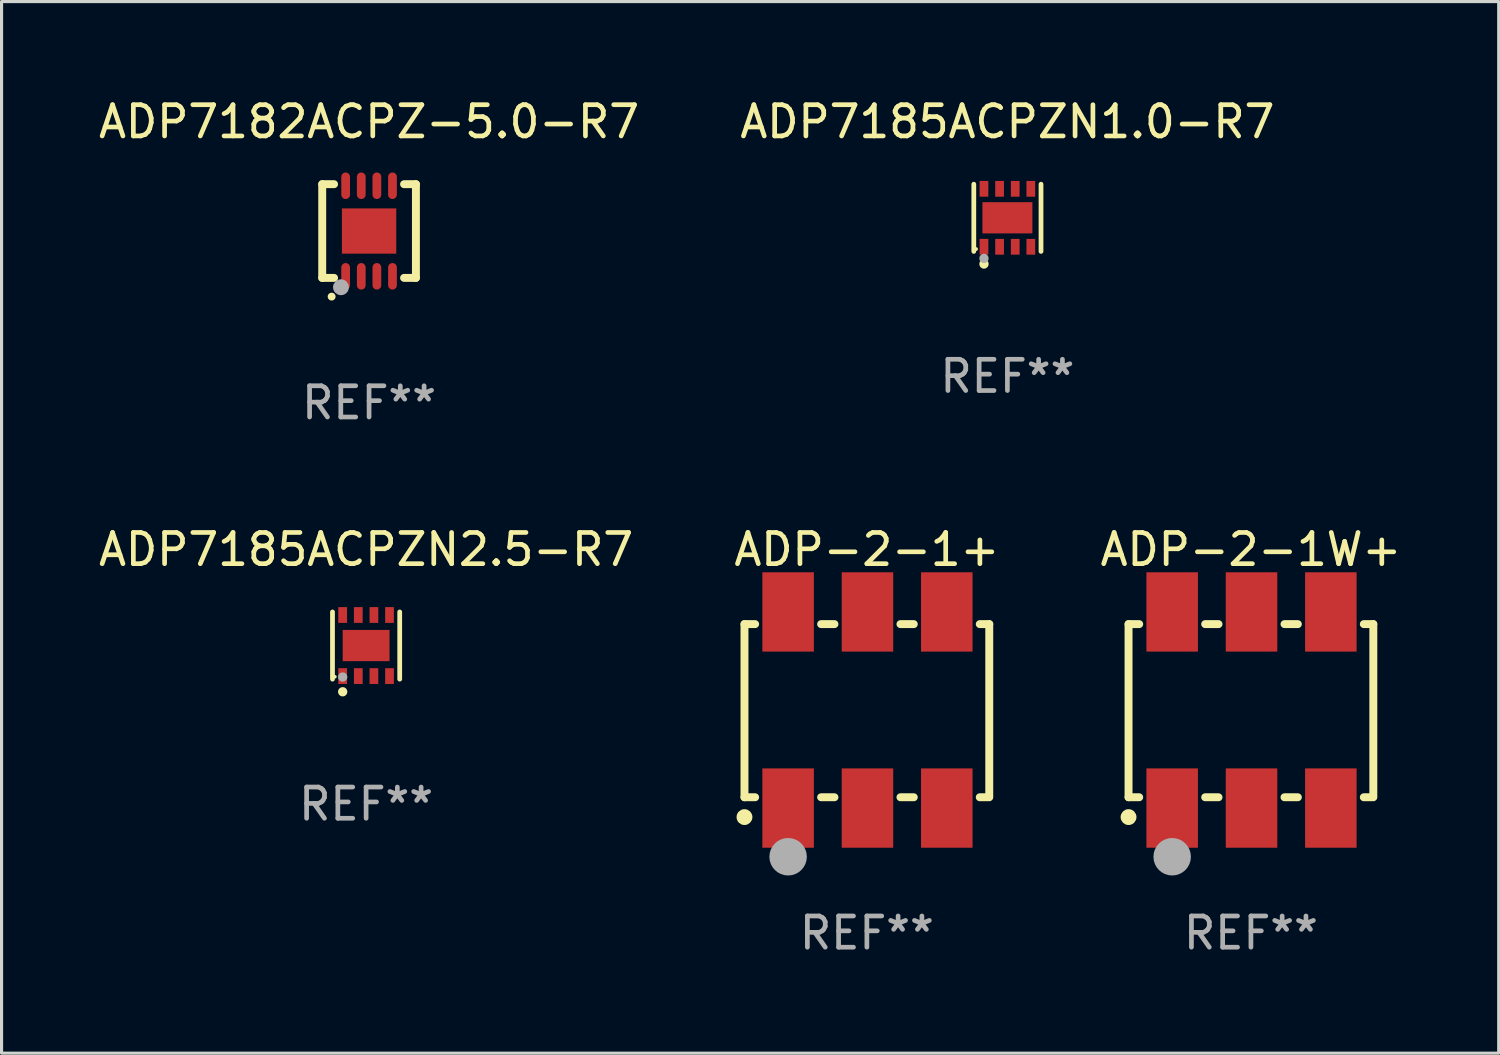
<source format=kicad_pcb>
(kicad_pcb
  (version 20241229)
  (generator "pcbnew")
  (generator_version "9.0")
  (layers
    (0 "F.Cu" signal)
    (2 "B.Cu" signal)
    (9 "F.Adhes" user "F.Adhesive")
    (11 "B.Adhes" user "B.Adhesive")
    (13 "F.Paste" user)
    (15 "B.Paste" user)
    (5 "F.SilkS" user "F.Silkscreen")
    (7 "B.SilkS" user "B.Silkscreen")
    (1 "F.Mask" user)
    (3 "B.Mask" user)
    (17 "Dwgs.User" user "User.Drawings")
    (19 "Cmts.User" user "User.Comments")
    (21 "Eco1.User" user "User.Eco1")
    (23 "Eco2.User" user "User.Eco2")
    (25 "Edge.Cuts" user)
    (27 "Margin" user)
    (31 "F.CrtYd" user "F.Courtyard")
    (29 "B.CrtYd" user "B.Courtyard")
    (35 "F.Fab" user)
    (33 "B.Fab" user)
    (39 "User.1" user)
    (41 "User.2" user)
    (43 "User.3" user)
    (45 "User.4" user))
  (footprint "ADP7182ACPZ-5.0-R7"
    (layer "F.Cu")
    (at 8.768 4.348)
    (property "Reference" "ADP7182ACPZ-5.0-R7" (at 0 -3.5 0) (layer "F.SilkS") (effects (font (size 1 1) (thickness 0.15))))
    (attr through_hole)
    (fp_line (start -1.5 -1.5) (end -1.121 -1.5) (stroke (width 0.254) (type solid)) (layer "F.SilkS"))
    (fp_line (start -1.5 1.5) (end -1.5 -1.5) (stroke (width 0.254) (type solid)) (layer "F.SilkS"))
    (fp_line (start -1.121 1.5) (end -1.5 1.5) (stroke (width 0.254) (type solid)) (layer "F.SilkS"))
    (fp_line (start 1.121 -1.5) (end 1.5 -1.5) (stroke (width 0.254) (type solid)) (layer "F.SilkS"))
    (fp_line (start 1.5 -1.5) (end 1.5 1.5) (stroke (width 0.254) (type solid)) (layer "F.SilkS"))
    (fp_line (start 1.5 1.5) (end 1.121 1.5) (stroke (width 0.254) (type solid)) (layer "F.SilkS"))
    (fp_arc (start -1.2 2.1) (mid -1.19873 2.099994) (end -1.19746 2.1) (stroke (width 0.25) (type solid)) (layer "F.SilkS"))
    (fp_circle (center -1.5 1.5) (end -1.47 1.5) (stroke (width 0.06) (type solid)) (fill no) (layer "F.SilkS"))
    (fp_circle (center -0.9 1.8) (end -0.773 1.8) (stroke (width 0.254) (type solid)) (fill no) (layer "F.Fab"))
    (fp_text user "REF**" (at 0 5.5 0) (layer "F.Fab") (effects (font (size 1 1) (thickness 0.15))))
    (pad "1" smd oval (at -0.75 1.45 180) (size 0.28 0.85) (layers "F.Cu" "F.Mask" "F.Paste"))
    (pad "2" smd oval (at -0.25 1.45 180) (size 0.28 0.85) (layers "F.Cu" "F.Mask" "F.Paste"))
    (pad "3" smd oval (at 0.25 1.45 180) (size 0.28 0.85) (layers "F.Cu" "F.Mask" "F.Paste"))
    (pad "4" smd oval (at 0.75 1.45 180) (size 0.28 0.85) (layers "F.Cu" "F.Mask" "F.Paste"))
    (pad "5" smd oval (at 0.75 -1.45 180) (size 0.28 0.85) (layers "F.Cu" "F.Mask" "F.Paste"))
    (pad "6" smd oval (at 0.25 -1.45 180) (size 0.28 0.85) (layers "F.Cu" "F.Mask" "F.Paste"))
    (pad "7" smd oval (at -0.25 -1.45 180) (size 0.28 0.85) (layers "F.Cu" "F.Mask" "F.Paste"))
    (pad "8" smd oval (at -0.75 -1.45 180) (size 0.28 0.85) (layers "F.Cu" "F.Mask" "F.Paste"))
    (pad "9" smd rect (at 0.000127 0.000127) (size 1.74 1.45) (layers "F.Cu" "F.Mask" "F.Paste")))
  (footprint "ADP-2-1W+"
    (layer "F.Cu")
    (at 37.006 19.685)
    (property "Reference" "ADP-2-1W+" (at 0 -5.14 0) (layer "F.SilkS") (effects (font (size 1 1) (thickness 0.15))))
    (attr through_hole)
    (fp_line (start -3.919 -2.75) (end -3.919 2.794) (stroke (width 0.254) (type solid)) (layer "F.SilkS"))
    (fp_line (start -3.919 2.794) (end -3.578 2.794) (stroke (width 0.254) (type solid)) (layer "F.SilkS"))
    (fp_line (start -3.578 -2.75) (end -3.919 -2.75) (stroke (width 0.254) (type solid)) (layer "F.SilkS"))
    (fp_line (start -1.465 2.794) (end -1.038 2.794) (stroke (width 0.254) (type solid)) (layer "F.SilkS"))
    (fp_line (start -1.038 -2.75) (end -1.465 -2.75) (stroke (width 0.254) (type solid)) (layer "F.SilkS"))
    (fp_line (start 1.075 2.794) (end 1.502 2.794) (stroke (width 0.254) (type solid)) (layer "F.SilkS"))
    (fp_line (start 1.502 -2.75) (end 1.075 -2.75) (stroke (width 0.254) (type solid)) (layer "F.SilkS"))
    (fp_line (start 3.615 2.794) (end 3.919 2.794) (stroke (width 0.254) (type solid)) (layer "F.SilkS"))
    (fp_line (start 3.919 -2.75) (end 3.615 -2.75) (stroke (width 0.254) (type solid)) (layer "F.SilkS"))
    (fp_line (start 3.919 -2.75) (end 3.919 2.75) (stroke (width 0.254) (type solid)) (layer "F.SilkS"))
    (fp_circle (center -3.919 3.429) (end -3.792 3.429) (stroke (width 0.254) (type solid)) (fill no) (layer "F.SilkS"))
    (fp_circle (center -3.881 3.46) (end -3.851 3.46) (stroke (width 0.06) (type solid)) (fill no) (layer "F.SilkS"))
    (fp_circle (center -2.522 4.699) (end -2.222 4.699) (stroke (width 0.6) (type solid)) (fill no) (layer "F.Fab"))
    (fp_text user "REF**" (at 0 7.14 0) (layer "F.Fab") (effects (font (size 1 1) (thickness 0.15))))
    (pad "1" smd rect (at -2.522 3.14) (size 1.65 2.54) (layers "F.Cu" "F.Mask" "F.Paste"))
    (pad "2" smd rect (at 0.019 3.14) (size 1.65 2.54) (layers "F.Cu" "F.Mask" "F.Paste"))
    (pad "3" smd rect (at 2.559 3.14) (size 1.65 2.54) (layers "F.Cu" "F.Mask" "F.Paste"))
    (pad "4" smd rect (at 2.559 -3.14) (size 1.65 2.54) (layers "F.Cu" "F.Mask" "F.Paste"))
    (pad "5" smd rect (at 0.019 -3.14) (size 1.65 2.54) (layers "F.Cu" "F.Mask" "F.Paste"))
    (pad "6" smd rect (at -2.522 -3.14) (size 1.65 2.54) (layers "F.Cu" "F.Mask" "F.Paste")))
  (footprint "ADP7185ACPZN1.0-R7"
    (layer "F.Cu")
    (at 29.208 3.924)
    (property "Reference" "ADP7185ACPZN1.0-R7" (at 0 -3.076 0) (layer "F.SilkS") (effects (font (size 1 1) (thickness 0.15))))
    (attr through_hole)
    (fp_line (start -1.076 1.076) (end -1.076 -1.076) (stroke (width 0.152) (type solid)) (layer "F.SilkS"))
    (fp_line (start 1.076 1.076) (end 1.076 -1.076) (stroke (width 0.152) (type solid)) (layer "F.SilkS"))
    (fp_circle (center -1 1) (end -0.97 1) (stroke (width 0.06) (type solid)) (fill no) (layer "F.SilkS"))
    (fp_circle (center -0.75 1.48) (end -0.675 1.48) (stroke (width 0.15) (type solid)) (fill no) (layer "F.SilkS"))
    (fp_circle (center -0.75 1.3) (end -0.675 1.3) (stroke (width 0.15) (type solid)) (fill no) (layer "F.Fab"))
    (fp_text user "REF**" (at 0 5.076 0) (layer "F.Fab") (effects (font (size 1 1) (thickness 0.15))))
    (pad "1" smd rect (at -0.75 0.928) (size 0.28 0.505) (layers "F.Cu" "F.Mask" "F.Paste"))
    (pad "2" smd rect (at -0.25 0.928) (size 0.28 0.505) (layers "F.Cu" "F.Mask" "F.Paste"))
    (pad "3" smd rect (at 0.25 0.928) (size 0.28 0.505) (layers "F.Cu" "F.Mask" "F.Paste"))
    (pad "4" smd rect (at 0.75 0.928) (size 0.28 0.505) (layers "F.Cu" "F.Mask" "F.Paste"))
    (pad "5" smd rect (at 0.75 -0.928) (size 0.28 0.505) (layers "F.Cu" "F.Mask" "F.Paste"))
    (pad "6" smd rect (at 0.25 -0.928) (size 0.28 0.505) (layers "F.Cu" "F.Mask" "F.Paste"))
    (pad "7" smd rect (at -0.25 -0.928) (size 0.28 0.505) (layers "F.Cu" "F.Mask" "F.Paste"))
    (pad "8" smd rect (at -0.75 -0.928) (size 0.28 0.505) (layers "F.Cu" "F.Mask" "F.Paste"))
    (pad "9" smd rect (at 0 0) (size 1.6 1) (layers "F.Cu" "F.Mask" "F.Paste")))
  (footprint "ADP7185ACPZN2.5-R7"
    (layer "F.Cu")
    (at 8.673 17.621)
    (property "Reference" "ADP7185ACPZN2.5-R7" (at 0 -3.076 0) (layer "F.SilkS") (effects (font (size 1 1) (thickness 0.15))))
    (attr through_hole)
    (fp_line (start -1.076 1.076) (end -1.076 -1.076) (stroke (width 0.152) (type solid)) (layer "F.SilkS"))
    (fp_line (start 1.076 1.076) (end 1.076 -1.076) (stroke (width 0.152) (type solid)) (layer "F.SilkS"))
    (fp_circle (center -1 1) (end -0.97 1) (stroke (width 0.06) (type solid)) (fill no) (layer "F.SilkS"))
    (fp_circle (center -0.75 1.48) (end -0.675 1.48) (stroke (width 0.15) (type solid)) (fill no) (layer "F.SilkS"))
    (fp_circle (center -0.75 1.008) (end -0.675 1.008) (stroke (width 0.15) (type solid)) (fill no) (layer "F.Fab"))
    (fp_text user "REF**" (at 0 5.076 0) (layer "F.Fab") (effects (font (size 1 1) (thickness 0.15))))
    (pad "1" smd rect (at -0.75 0.978) (size 0.28 0.505) (layers "F.Cu" "F.Mask" "F.Paste"))
    (pad "2" smd rect (at -0.25 0.978) (size 0.28 0.505) (layers "F.Cu" "F.Mask" "F.Paste"))
    (pad "3" smd rect (at 0.25 0.978) (size 0.28 0.505) (layers "F.Cu" "F.Mask" "F.Paste"))
    (pad "4" smd rect (at 0.75 0.978) (size 0.28 0.505) (layers "F.Cu" "F.Mask" "F.Paste"))
    (pad "5" smd rect (at 0.75 -0.978) (size 0.28 0.505) (layers "F.Cu" "F.Mask" "F.Paste"))
    (pad "6" smd rect (at 0.25 -0.978) (size 0.28 0.505) (layers "F.Cu" "F.Mask" "F.Paste"))
    (pad "7" smd rect (at -0.25 -0.978) (size 0.28 0.505) (layers "F.Cu" "F.Mask" "F.Paste"))
    (pad "8" smd rect (at -0.75 -0.978) (size 0.28 0.505) (layers "F.Cu" "F.Mask" "F.Paste"))
    (pad "9" smd rect (at 0 0.000127) (size 1.5 1) (layers "F.Cu" "F.Mask" "F.Paste")))
  (footprint "ADP-2-1+"
    (layer "F.Cu")
    (at 24.708 19.685)
    (property "Reference" "ADP-2-1+" (at 0 -5.14 0) (layer "F.SilkS") (effects (font (size 1 1) (thickness 0.15))))
    (attr through_hole)
    (fp_line (start -3.919 -2.75) (end -3.919 2.794) (stroke (width 0.254) (type solid)) (layer "F.SilkS"))
    (fp_line (start -3.919 2.794) (end -3.578 2.794) (stroke (width 0.254) (type solid)) (layer "F.SilkS"))
    (fp_line (start -3.578 -2.75) (end -3.919 -2.75) (stroke (width 0.254) (type solid)) (layer "F.SilkS"))
    (fp_line (start -1.465 2.794) (end -1.038 2.794) (stroke (width 0.254) (type solid)) (layer "F.SilkS"))
    (fp_line (start -1.038 -2.75) (end -1.465 -2.75) (stroke (width 0.254) (type solid)) (layer "F.SilkS"))
    (fp_line (start 1.075 2.794) (end 1.502 2.794) (stroke (width 0.254) (type solid)) (layer "F.SilkS"))
    (fp_line (start 1.502 -2.75) (end 1.075 -2.75) (stroke (width 0.254) (type solid)) (layer "F.SilkS"))
    (fp_line (start 3.615 2.794) (end 3.919 2.794) (stroke (width 0.254) (type solid)) (layer "F.SilkS"))
    (fp_line (start 3.919 -2.75) (end 3.615 -2.75) (stroke (width 0.254) (type solid)) (layer "F.SilkS"))
    (fp_line (start 3.919 -2.75) (end 3.919 2.75) (stroke (width 0.254) (type solid)) (layer "F.SilkS"))
    (fp_circle (center -3.919 3.429) (end -3.792 3.429) (stroke (width 0.254) (type solid)) (fill no) (layer "F.SilkS"))
    (fp_circle (center -3.881 3.46) (end -3.851 3.46) (stroke (width 0.06) (type solid)) (fill no) (layer "F.SilkS"))
    (fp_circle (center -2.522 4.699) (end -2.222 4.699) (stroke (width 0.6) (type solid)) (fill no) (layer "F.Fab"))
    (fp_text user "REF**" (at 0 7.14 0) (layer "F.Fab") (effects (font (size 1 1) (thickness 0.15))))
    (pad "1" smd rect (at -2.522 3.14) (size 1.65 2.54) (layers "F.Cu" "F.Mask" "F.Paste"))
    (pad "2" smd rect (at 0.019 3.14) (size 1.65 2.54) (layers "F.Cu" "F.Mask" "F.Paste"))
    (pad "3" smd rect (at 2.559 3.14) (size 1.65 2.54) (layers "F.Cu" "F.Mask" "F.Paste"))
    (pad "4" smd rect (at 2.559 -3.14) (size 1.65 2.54) (layers "F.Cu" "F.Mask" "F.Paste"))
    (pad "5" smd rect (at 0.019 -3.14) (size 1.65 2.54) (layers "F.Cu" "F.Mask" "F.Paste"))
    (pad "6" smd rect (at -2.522 -3.14) (size 1.65 2.54) (layers "F.Cu" "F.Mask" "F.Paste")))
  (gr_rect
    (start -3 -3)
    (end 44.94 30.673)
    (stroke (width 0.1) (type default))
    (fill no)
    (layer "Edge.Cuts")))
</source>
